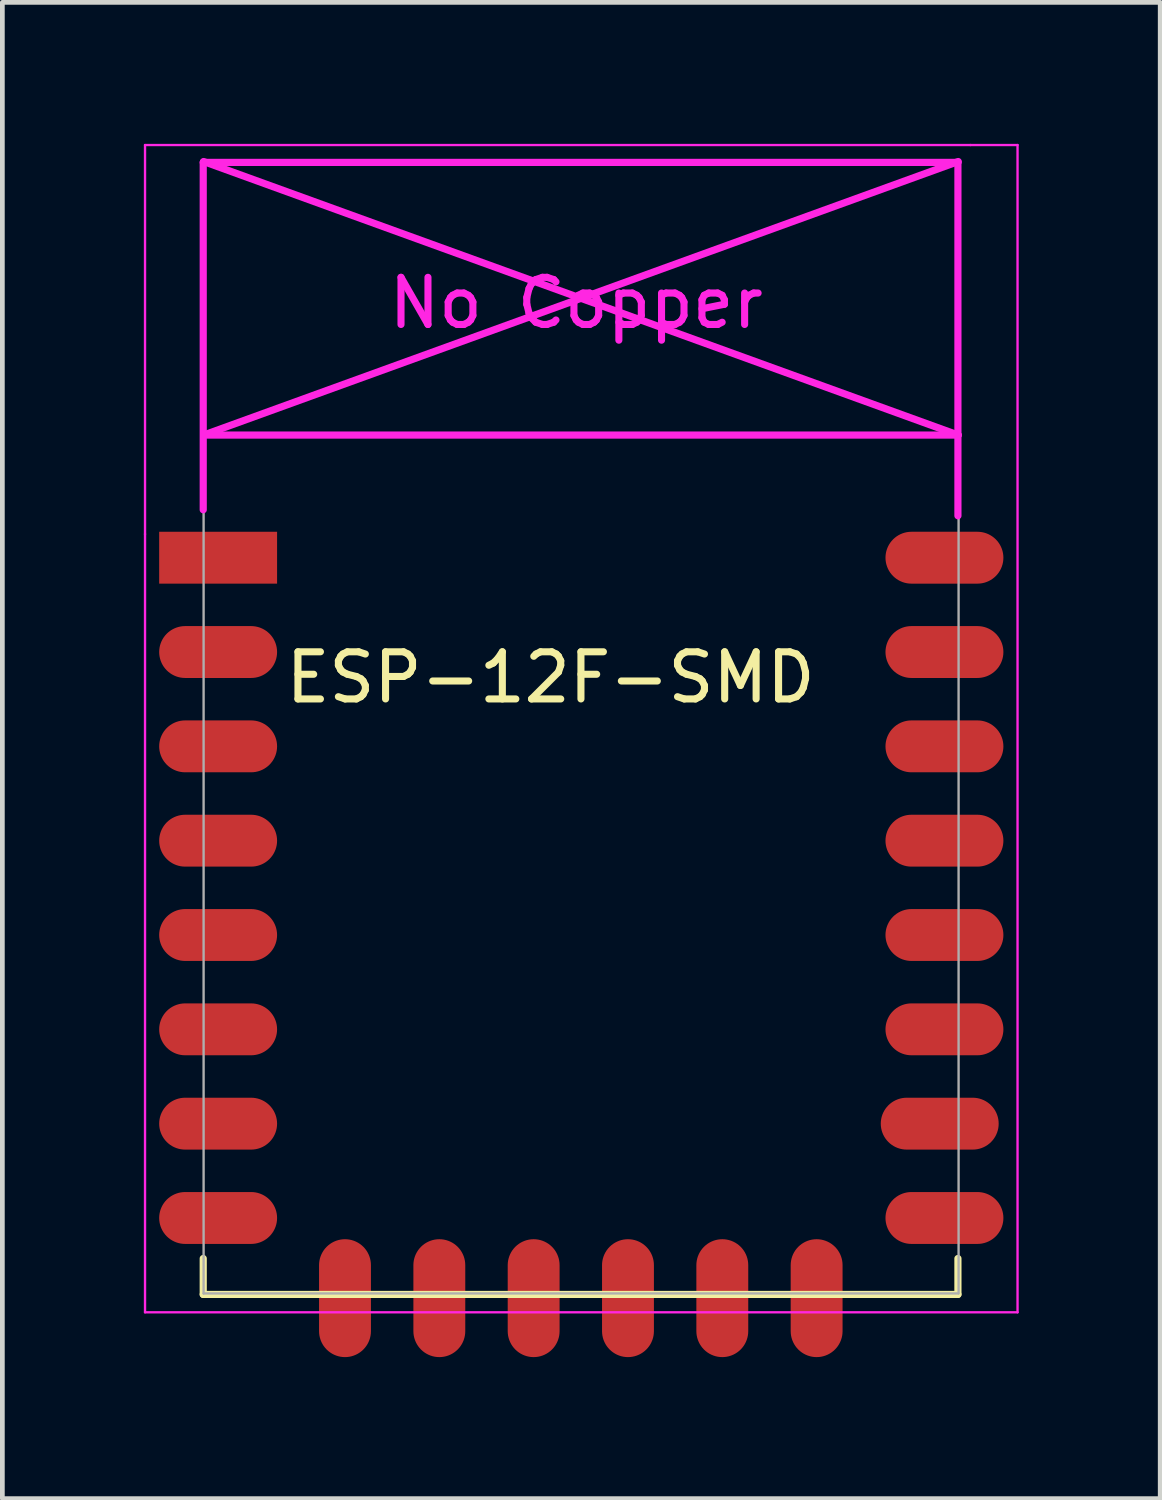
<source format=kicad_pcb>
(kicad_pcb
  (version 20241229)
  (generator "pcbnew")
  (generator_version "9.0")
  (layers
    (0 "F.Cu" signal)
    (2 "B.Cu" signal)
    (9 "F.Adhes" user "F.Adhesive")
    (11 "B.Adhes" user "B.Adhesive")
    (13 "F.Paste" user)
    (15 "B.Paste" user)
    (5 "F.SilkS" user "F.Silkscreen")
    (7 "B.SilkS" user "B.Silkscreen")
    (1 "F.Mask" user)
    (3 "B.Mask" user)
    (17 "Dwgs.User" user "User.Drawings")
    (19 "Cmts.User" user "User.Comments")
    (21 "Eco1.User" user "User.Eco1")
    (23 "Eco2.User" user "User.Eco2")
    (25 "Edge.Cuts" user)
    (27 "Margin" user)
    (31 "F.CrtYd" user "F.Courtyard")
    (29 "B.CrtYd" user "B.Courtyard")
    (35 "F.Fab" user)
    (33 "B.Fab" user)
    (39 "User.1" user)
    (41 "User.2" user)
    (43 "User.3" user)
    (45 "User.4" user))
  (footprint "ESP-12F-SMD"
    (layer "F.Cu")
    (at 2.275 8.775)
    (property "Reference" "ESP-12F-SMD" (at 6.35 2.54 0) (layer "F.SilkS") (effects (font (size 1 1) (thickness 0.15))))
    (attr through_hole)
    (fp_line (start -1.016 14.859) (end -1.016 15.621) (stroke (width 0.152) (type solid)) (layer "F.SilkS"))
    (fp_line (start -1.016 15.621) (end 14.986 15.621) (stroke (width 0.152) (type solid)) (layer "F.SilkS"))
    (fp_line (start 14.986 15.621) (end 14.986 14.859) (stroke (width 0.152) (type solid)) (layer "F.SilkS"))
    (fp_line (start -2.25 -8.75) (end 15.25 -8.75) (stroke (width 0.05) (type solid)) (layer "F.CrtYd"))
    (fp_line (start -2.25 -0.5) (end -2.25 -8.75) (stroke (width 0.05) (type solid)) (layer "F.CrtYd"))
    (fp_line (start -2.25 16) (end -2.25 -0.5) (stroke (width 0.05) (type solid)) (layer "F.CrtYd"))
    (fp_line (start -1.016 -8.382) (end -1.016 -1.016) (stroke (width 0.152) (type solid)) (layer "F.CrtYd"))
    (fp_line (start -1.016 -8.382) (end 14.986 -8.382) (stroke (width 0.152) (type solid)) (layer "F.CrtYd"))
    (fp_line (start -1.008 -8.4) (end 14.992 -2.6) (stroke (width 0.152) (type solid)) (layer "F.CrtYd"))
    (fp_line (start -1.008 -2.6) (end 14.992 -2.6) (stroke (width 0.152) (type solid)) (layer "F.CrtYd"))
    (fp_line (start 14.986 -8.382) (end 14.986 -0.889) (stroke (width 0.152) (type solid)) (layer "F.CrtYd"))
    (fp_line (start 14.992 -8.4) (end -1.008 -2.6) (stroke (width 0.152) (type solid)) (layer "F.CrtYd"))
    (fp_line (start 15.25 -8.75) (end 16.25 -8.75) (stroke (width 0.05) (type solid)) (layer "F.CrtYd"))
    (fp_line (start 16.25 -8.75) (end 16.25 16) (stroke (width 0.05) (type solid)) (layer "F.CrtYd"))
    (fp_line (start 16.25 16) (end -2.25 16) (stroke (width 0.05) (type solid)) (layer "F.CrtYd"))
    (fp_line (start -1.008 -8.4) (end 14.992 -8.4) (stroke (width 0.05) (type solid)) (layer "F.Fab"))
    (fp_line (start -1.008 15.6) (end -1.008 -8.4) (stroke (width 0.05) (type solid)) (layer "F.Fab"))
    (fp_line (start 14.992 15.6) (end -1.008 15.6) (stroke (width 0.05) (type solid)) (layer "F.Fab"))
    (fp_line (start 15 -8.4) (end 15 15.6) (stroke (width 0.05) (type solid)) (layer "F.Fab"))
    (fp_text user "No Copper" (at 6.892 -5.4 0) (layer "F.CrtYd") (effects (font (size 1 1) (thickness 0.15))))
    (pad "1" smd rect (at 0 0) (size 2.5 1.1) (drill (offset -0.7 0)) (layers "F.Cu" "F.Mask" "F.Paste"))
    (pad "2" smd oval (at 0 2) (size 2.5 1.1) (drill (offset -0.7 0)) (layers "F.Cu" "F.Mask" "F.Paste"))
    (pad "3" smd oval (at 0 4) (size 2.5 1.1) (drill (offset -0.7 0)) (layers "F.Cu" "F.Mask" "F.Paste"))
    (pad "4" smd oval (at 0 6) (size 2.5 1.1) (drill (offset -0.7 0)) (layers "F.Cu" "F.Mask" "F.Paste"))
    (pad "5" smd oval (at 0 8) (size 2.5 1.1) (drill (offset -0.7 0)) (layers "F.Cu" "F.Mask" "F.Paste"))
    (pad "6" smd oval (at 0 10) (size 2.5 1.1) (drill (offset -0.7 0)) (layers "F.Cu" "F.Mask" "F.Paste"))
    (pad "7" smd oval (at 0 12) (size 2.5 1.1) (drill (offset -0.7 0)) (layers "F.Cu" "F.Mask" "F.Paste"))
    (pad "8" smd oval (at 0 14) (size 2.5 1.1) (drill (offset -0.7 0)) (layers "F.Cu" "F.Mask" "F.Paste"))
    (pad "9" smd oval (at 14 14) (size 2.5 1.1) (drill (offset 0.7 0)) (layers "F.Cu" "F.Mask" "F.Paste"))
    (pad "10" smd oval (at 14 12) (size 2.5 1.1) (drill (offset 0.6 0)) (layers "F.Cu" "F.Mask" "F.Paste"))
    (pad "11" smd oval (at 14 10) (size 2.5 1.1) (drill (offset 0.7 0)) (layers "F.Cu" "F.Mask" "F.Paste"))
    (pad "12" smd oval (at 14 8) (size 2.5 1.1) (drill (offset 0.7 0)) (layers "F.Cu" "F.Mask" "F.Paste"))
    (pad "13" smd oval (at 14 6) (size 2.5 1.1) (drill (offset 0.7 0)) (layers "F.Cu" "F.Mask" "F.Paste"))
    (pad "14" smd oval (at 14 4) (size 2.5 1.1) (drill (offset 0.7 0)) (layers "F.Cu" "F.Mask" "F.Paste"))
    (pad "15" smd oval (at 14 2) (size 2.5 1.1) (drill (offset 0.7 0)) (layers "F.Cu" "F.Mask" "F.Paste"))
    (pad "16" smd oval (at 14 0) (size 2.5 1.1) (drill (offset 0.7 0)) (layers "F.Cu" "F.Mask" "F.Paste"))
    (pad "17" smd oval (at 1.99 15 90) (size 2.5 1.1) (drill (offset -0.7 0)) (layers "F.Cu" "F.Mask" "F.Paste"))
    (pad "18" smd oval (at 3.99 15 90) (size 2.5 1.1) (drill (offset -0.7 0)) (layers "F.Cu" "F.Mask" "F.Paste"))
    (pad "19" smd oval (at 5.99 15 90) (size 2.5 1.1) (drill (offset -0.7 0)) (layers "F.Cu" "F.Mask" "F.Paste"))
    (pad "20" smd oval (at 7.99 15 90) (size 2.5 1.1) (drill (offset -0.7 0)) (layers "F.Cu" "F.Mask" "F.Paste"))
    (pad "21" smd oval (at 9.99 15 90) (size 2.5 1.1) (drill (offset -0.7 0)) (layers "F.Cu" "F.Mask" "F.Paste"))
    (pad "22" smd oval (at 11.99 15 90) (size 2.5 1.1) (drill (offset -0.7 0)) (layers "F.Cu" "F.Mask" "F.Paste")))
  (gr_rect
    (start -3 -3)
    (end 21.55 28.725)
    (stroke (width 0.1) (type default))
    (fill no)
    (layer "Edge.Cuts")))
</source>
